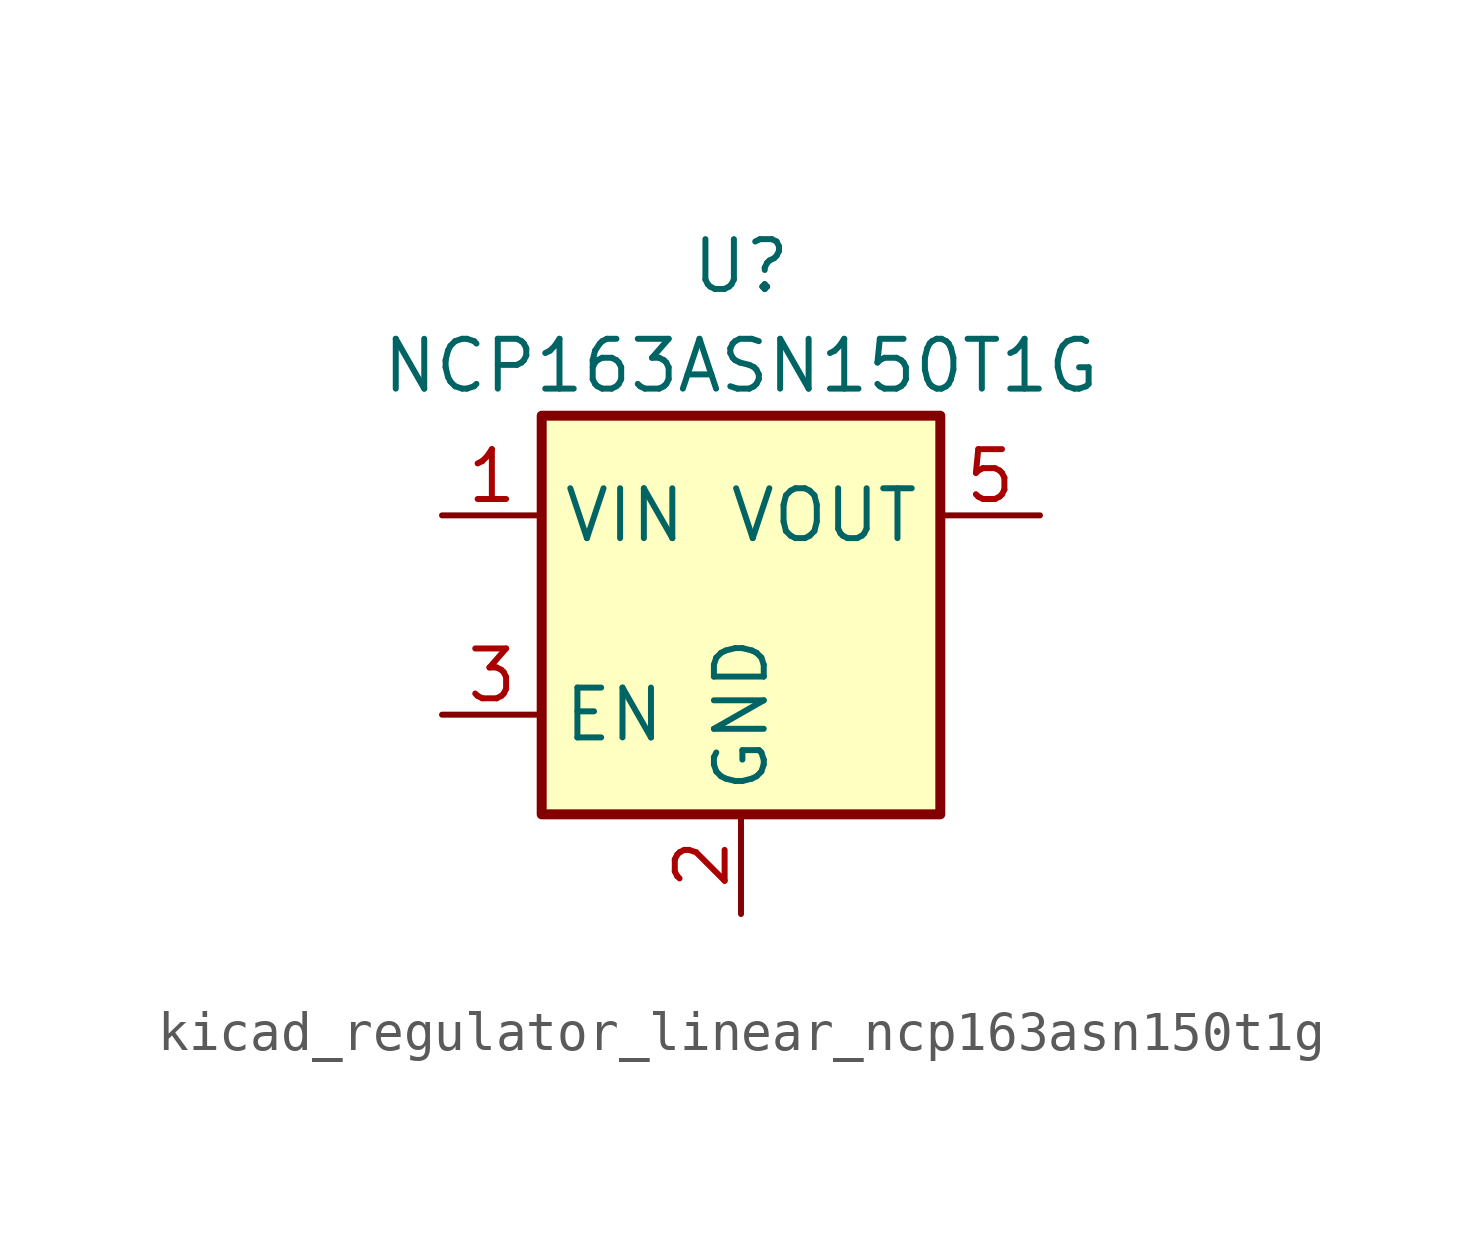
<source format=kicad_sym>
(kicad_symbol_lib
  (version 20220914)
  (generator kicad_symbol_editor)
  (symbol "kicad_regulator_linear_ncp163asn150t1g"
    (property "Reference" "U"
      (at 0 8.89 0)
      (effects (font (size 1.27 1.27))))
    (property "Value" "NCP163ASN150T1G"
      (at 0 6.35 0)
      (effects (font (size 1.27 1.27))))
    (symbol "kicad_regulator_linear_ncp163asn150t1g_0_1"
      (rectangle (start -5.08 5.08) (end 5.08 -5.08) (stroke (width 0.254) (type default)) (fill (type background))))
    (symbol "kicad_regulator_linear_ncp163asn150t1g_1_1"
      (pin power_in line (at -7.62 2.54 0) (length 2.54) (name "VIN" (effects (font (size 1.27 1.27)))) (number "1" (effects (font (size 1.27 1.27)))))
      (pin power_in line (at 0 -7.62 90) (length 2.54) (name "GND" (effects (font (size 1.27 1.27)))) (number "2" (effects (font (size 1.27 1.27)))))
      (pin input line (at -7.62 -2.54 0) (length 2.54) (name "EN" (effects (font (size 1.27 1.27)))) (number "3" (effects (font (size 1.27 1.27)))))
      (pin no_connect line (at 5.08 -2.54 180) (length 2.54) hide (name "NC" (effects (font (size 1.27 1.27)))) (number "4" (effects (font (size 1.27 1.27)))))
      (pin power_out line (at 7.62 2.54 180) (length 2.54) (name "VOUT" (effects (font (size 1.27 1.27)))) (number "5" (effects (font (size 1.27 1.27))))))))
</source>
